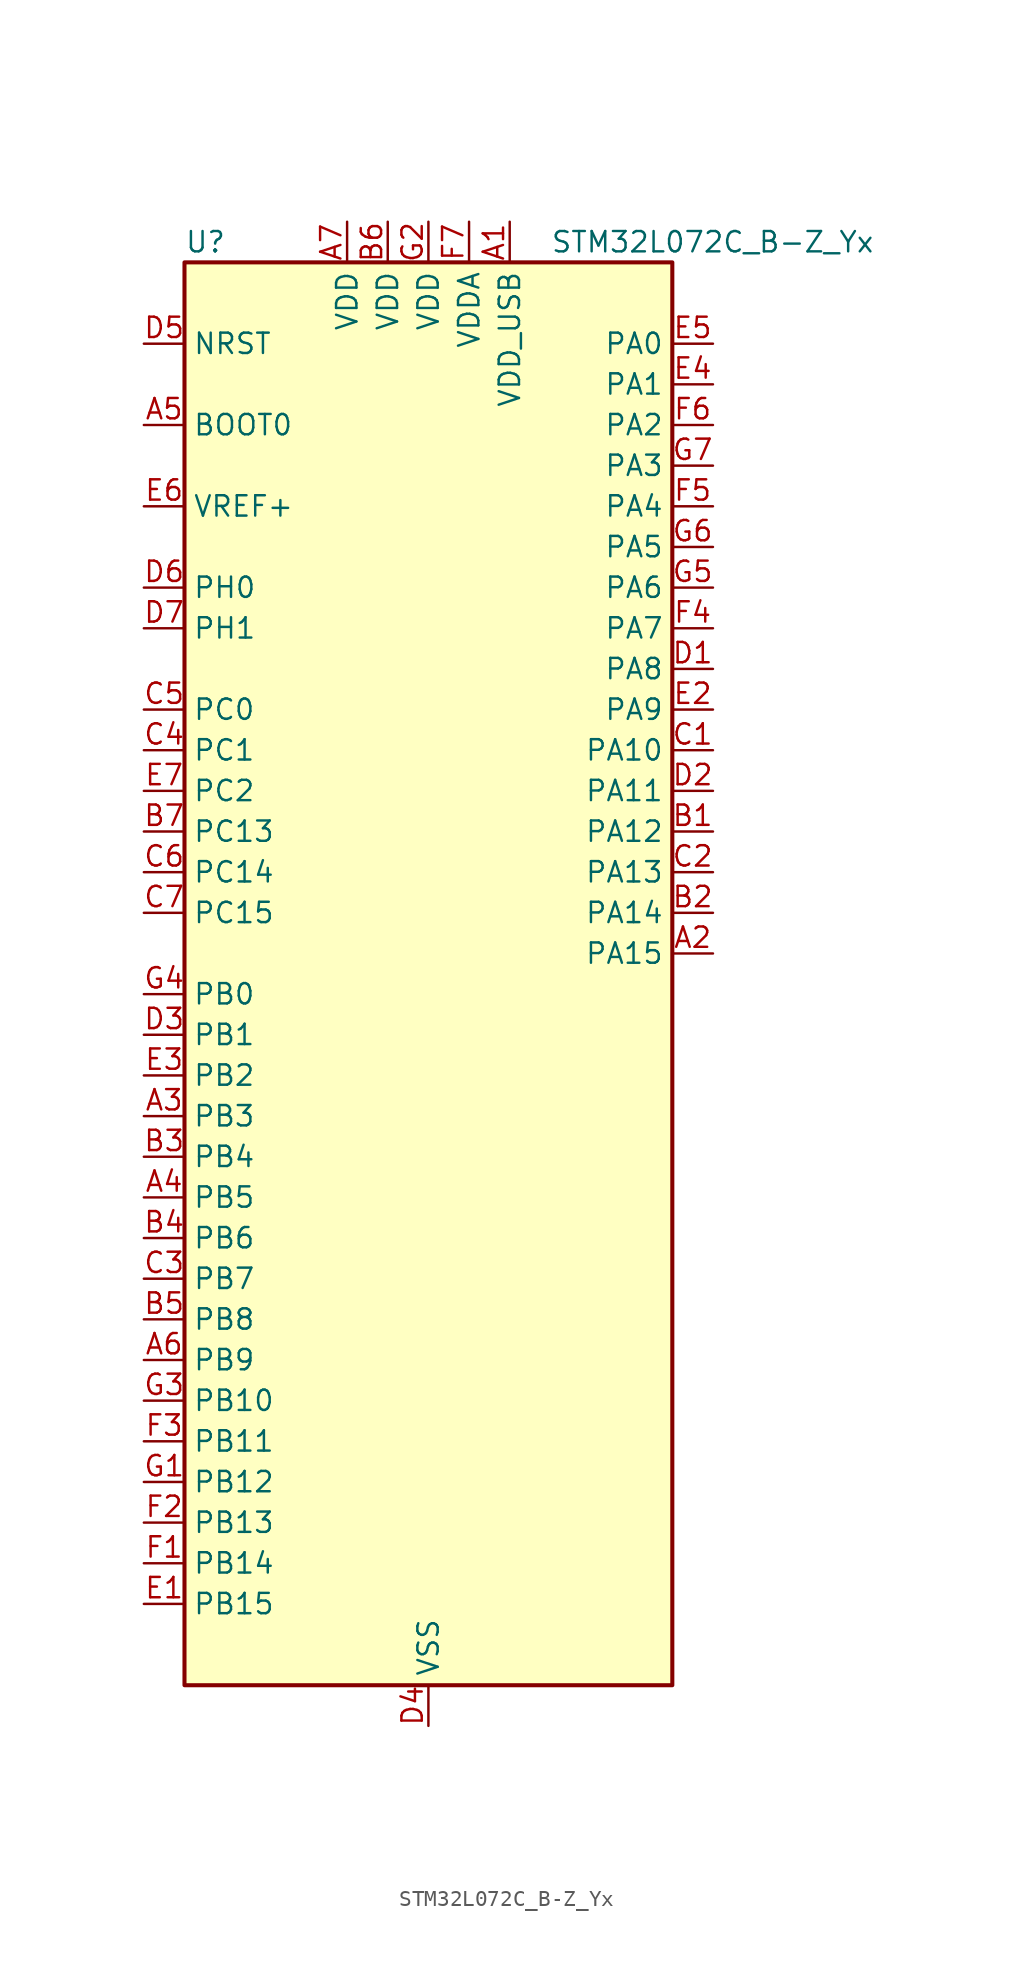
<source format=kicad_sym>
(kicad_symbol_lib
  (version 20241209)
  (generator "kicad_symbol_editor")
  (generator_version "9.0")
  (symbol "STM32L072C_B-Z_Yx"
    (property "Reference" "U"
      (at -15.24 46.99 0)
      (effects (font (size 1.27 1.27)) (justify left)))
    (property "Value" "STM32L072C_B-Z_Yx"
      (at 7.62 46.99 0)
      (effects (font (size 1.27 1.27)) (justify left)))
    (symbol "STM32L072C_B-Z_Yx_0_1"
      (rectangle (start -15.24 -43.18) (end 15.24 45.72) (stroke (width 0.254) (type default)) (fill (type background))))
    (symbol "STM32L072C_B-Z_Yx_1_1"
      (pin input line (at -17.78 40.64 0) (length 2.54) (name "NRST" (effects (font (size 1.27 1.27)))) (number "D5" (effects (font (size 1.27 1.27)))))
      (pin input line (at -17.78 35.56 0) (length 2.54) (name "BOOT0" (effects (font (size 1.27 1.27)))) (number "A5" (effects (font (size 1.27 1.27)))))
      (pin input line (at -17.78 30.48 0) (length 2.54) (name "VREF+" (effects (font (size 1.27 1.27)))) (number "E6" (effects (font (size 1.27 1.27)))))
      (pin bidirectional line (at -17.78 25.4 0) (length 2.54) (name "PH0" (effects (font (size 1.27 1.27)))) (number "D6" (effects (font (size 1.27 1.27)))) (alternate "CRS_SYNC" bidirectional line) (alternate "RCC_OSC_IN" bidirectional line))
      (pin bidirectional line (at -17.78 22.86 0) (length 2.54) (name "PH1" (effects (font (size 1.27 1.27)))) (number "D7" (effects (font (size 1.27 1.27)))) (alternate "RCC_OSC_OUT" bidirectional line))
      (pin bidirectional line (at -17.78 17.78 0) (length 2.54) (name "PC0" (effects (font (size 1.27 1.27)))) (number "C5" (effects (font (size 1.27 1.27)))) (alternate "ADC_IN10" bidirectional line) (alternate "I2C3_SCL" bidirectional line) (alternate "LPTIM1_IN1" bidirectional line) (alternate "LPUART1_RX" bidirectional line) (alternate "TSC_G7_IO1" bidirectional line))
      (pin bidirectional line (at -17.78 15.24 0) (length 2.54) (name "PC1" (effects (font (size 1.27 1.27)))) (number "C4" (effects (font (size 1.27 1.27)))) (alternate "ADC_IN11" bidirectional line) (alternate "I2C3_SDA" bidirectional line) (alternate "LPTIM1_OUT" bidirectional line) (alternate "LPUART1_TX" bidirectional line) (alternate "TSC_G7_IO2" bidirectional line))
      (pin bidirectional line (at -17.78 12.7 0) (length 2.54) (name "PC2" (effects (font (size 1.27 1.27)))) (number "E7" (effects (font (size 1.27 1.27)))) (alternate "ADC_IN12" bidirectional line) (alternate "I2S2_MCK" bidirectional line) (alternate "LPTIM1_IN2" bidirectional line) (alternate "SPI2_MISO" bidirectional line) (alternate "TSC_G7_IO3" bidirectional line))
      (pin bidirectional line (at -17.78 10.16 0) (length 2.54) (name "PC13" (effects (font (size 1.27 1.27)))) (number "B7" (effects (font (size 1.27 1.27)))) (alternate "RTC_OUT_ALARM" bidirectional line) (alternate "RTC_OUT_CALIB" bidirectional line) (alternate "RTC_TAMP1" bidirectional line) (alternate "RTC_TS" bidirectional line) (alternate "SYS_WKUP2" bidirectional line))
      (pin bidirectional line (at -17.78 7.62 0) (length 2.54) (name "PC14" (effects (font (size 1.27 1.27)))) (number "C6" (effects (font (size 1.27 1.27)))) (alternate "RCC_OSC32_IN" bidirectional line))
      (pin bidirectional line (at -17.78 5.08 0) (length 2.54) (name "PC15" (effects (font (size 1.27 1.27)))) (number "C7" (effects (font (size 1.27 1.27)))) (alternate "RCC_OSC32_OUT" bidirectional line))
      (pin bidirectional line (at -17.78 0 0) (length 2.54) (name "PB0" (effects (font (size 1.27 1.27)))) (number "G4" (effects (font (size 1.27 1.27)))) (alternate "ADC_IN8" bidirectional line) (alternate "SYS_VREF_OUT_PB0" bidirectional line) (alternate "TIM3_CH3" bidirectional line) (alternate "TSC_G3_IO2" bidirectional line))
      (pin bidirectional line (at -17.78 -2.54 0) (length 2.54) (name "PB1" (effects (font (size 1.27 1.27)))) (number "D3" (effects (font (size 1.27 1.27)))) (alternate "ADC_IN9" bidirectional line) (alternate "LPUART1_DE" bidirectional line) (alternate "LPUART1_RTS" bidirectional line) (alternate "SYS_VREF_OUT_PB1" bidirectional line) (alternate "TIM3_CH4" bidirectional line) (alternate "TSC_G3_IO3" bidirectional line))
      (pin bidirectional line (at -17.78 -5.08 0) (length 2.54) (name "PB2" (effects (font (size 1.27 1.27)))) (number "E3" (effects (font (size 1.27 1.27)))) (alternate "I2C3_SMBA" bidirectional line) (alternate "LPTIM1_OUT" bidirectional line) (alternate "TSC_G3_IO4" bidirectional line))
      (pin bidirectional line (at -17.78 -7.62 0) (length 2.54) (name "PB3" (effects (font (size 1.27 1.27)))) (number "A3" (effects (font (size 1.27 1.27)))) (alternate "COMP2_INM" bidirectional line) (alternate "SPI1_SCK" bidirectional line) (alternate "TIM2_CH2" bidirectional line) (alternate "TSC_G5_IO1" bidirectional line) (alternate "USART1_DE" bidirectional line) (alternate "USART1_RTS" bidirectional line) (alternate "USART5_TX" bidirectional line))
      (pin bidirectional line (at -17.78 -10.16 0) (length 2.54) (name "PB4" (effects (font (size 1.27 1.27)))) (number "B3" (effects (font (size 1.27 1.27)))) (alternate "COMP2_INP" bidirectional line) (alternate "I2C3_SDA" bidirectional line) (alternate "SPI1_MISO" bidirectional line) (alternate "TIM22_CH1" bidirectional line) (alternate "TIM3_CH1" bidirectional line) (alternate "TSC_G5_IO2" bidirectional line) (alternate "USART1_CTS" bidirectional line) (alternate "USART5_RX" bidirectional line))
      (pin bidirectional line (at -17.78 -12.7 0) (length 2.54) (name "PB5" (effects (font (size 1.27 1.27)))) (number "A4" (effects (font (size 1.27 1.27)))) (alternate "COMP2_INP" bidirectional line) (alternate "I2C1_SMBA" bidirectional line) (alternate "LPTIM1_IN1" bidirectional line) (alternate "SPI1_MOSI" bidirectional line) (alternate "TIM22_CH2" bidirectional line) (alternate "TIM3_CH2" bidirectional line) (alternate "USART1_CK" bidirectional line) (alternate "USART5_CK" bidirectional line) (alternate "USART5_DE" bidirectional line) (alternate "USART5_RTS" bidirectional line))
      (pin bidirectional line (at -17.78 -15.24 0) (length 2.54) (name "PB6" (effects (font (size 1.27 1.27)))) (number "B4" (effects (font (size 1.27 1.27)))) (alternate "COMP2_INP" bidirectional line) (alternate "I2C1_SCL" bidirectional line) (alternate "LPTIM1_ETR" bidirectional line) (alternate "TSC_G5_IO3" bidirectional line) (alternate "USART1_TX" bidirectional line))
      (pin bidirectional line (at -17.78 -17.78 0) (length 2.54) (name "PB7" (effects (font (size 1.27 1.27)))) (number "C3" (effects (font (size 1.27 1.27)))) (alternate "COMP2_INP" bidirectional line) (alternate "I2C1_SDA" bidirectional line) (alternate "LPTIM1_IN2" bidirectional line) (alternate "SYS_PVD_IN" bidirectional line) (alternate "TSC_G5_IO4" bidirectional line) (alternate "USART1_RX" bidirectional line) (alternate "USART4_CTS" bidirectional line))
      (pin bidirectional line (at -17.78 -20.32 0) (length 2.54) (name "PB8" (effects (font (size 1.27 1.27)))) (number "B5" (effects (font (size 1.27 1.27)))) (alternate "I2C1_SCL" bidirectional line) (alternate "TSC_SYNC" bidirectional line))
      (pin bidirectional line (at -17.78 -22.86 0) (length 2.54) (name "PB9" (effects (font (size 1.27 1.27)))) (number "A6" (effects (font (size 1.27 1.27)))) (alternate "DAC_EXTI9" bidirectional line) (alternate "I2C1_SDA" bidirectional line) (alternate "I2S2_WS" bidirectional line) (alternate "SPI2_NSS" bidirectional line))
      (pin bidirectional line (at -17.78 -25.4 0) (length 2.54) (name "PB10" (effects (font (size 1.27 1.27)))) (number "G3" (effects (font (size 1.27 1.27)))) (alternate "I2C2_SCL" bidirectional line) (alternate "LPUART1_RX" bidirectional line) (alternate "LPUART1_TX" bidirectional line) (alternate "SPI2_SCK" bidirectional line) (alternate "TIM2_CH3" bidirectional line) (alternate "TSC_SYNC" bidirectional line))
      (pin bidirectional line (at -17.78 -27.94 0) (length 2.54) (name "PB11" (effects (font (size 1.27 1.27)))) (number "F3" (effects (font (size 1.27 1.27)))) (alternate "ADC_EXTI11" bidirectional line) (alternate "I2C2_SDA" bidirectional line) (alternate "LPUART1_RX" bidirectional line) (alternate "LPUART1_TX" bidirectional line) (alternate "TIM2_CH4" bidirectional line) (alternate "TSC_G6_IO1" bidirectional line))
      (pin bidirectional line (at -17.78 -30.48 0) (length 2.54) (name "PB12" (effects (font (size 1.27 1.27)))) (number "G1" (effects (font (size 1.27 1.27)))) (alternate "I2S2_WS" bidirectional line) (alternate "LPUART1_DE" bidirectional line) (alternate "LPUART1_RTS" bidirectional line) (alternate "SPI2_NSS" bidirectional line) (alternate "TSC_G6_IO2" bidirectional line))
      (pin bidirectional line (at -17.78 -33.02 0) (length 2.54) (name "PB13" (effects (font (size 1.27 1.27)))) (number "F2" (effects (font (size 1.27 1.27)))) (alternate "I2C2_SCL" bidirectional line) (alternate "I2S2_CK" bidirectional line) (alternate "LPUART1_CTS" bidirectional line) (alternate "RCC_MCO" bidirectional line) (alternate "SPI2_SCK" bidirectional line) (alternate "TIM21_CH1" bidirectional line) (alternate "TSC_G6_IO3" bidirectional line))
      (pin bidirectional line (at -17.78 -35.56 0) (length 2.54) (name "PB14" (effects (font (size 1.27 1.27)))) (number "F1" (effects (font (size 1.27 1.27)))) (alternate "I2C2_SDA" bidirectional line) (alternate "I2S2_MCK" bidirectional line) (alternate "LPUART1_DE" bidirectional line) (alternate "LPUART1_RTS" bidirectional line) (alternate "RTC_OUT_ALARM" bidirectional line) (alternate "RTC_OUT_CALIB" bidirectional line) (alternate "SPI2_MISO" bidirectional line) (alternate "TIM21_CH2" bidirectional line) (alternate "TSC_G6_IO4" bidirectional line))
      (pin bidirectional line (at -17.78 -38.1 0) (length 2.54) (name "PB15" (effects (font (size 1.27 1.27)))) (number "E1" (effects (font (size 1.27 1.27)))) (alternate "I2S2_SD" bidirectional line) (alternate "RTC_REFIN" bidirectional line) (alternate "SPI2_MOSI" bidirectional line))
      (pin power_in line (at -5.08 48.26 270) (length 2.54) (name "VDD" (effects (font (size 1.27 1.27)))) (number "A7" (effects (font (size 1.27 1.27)))))
      (pin power_in line (at -2.54 48.26 270) (length 2.54) (name "VDD" (effects (font (size 1.27 1.27)))) (number "B6" (effects (font (size 1.27 1.27)))))
      (pin power_in line (at 0 48.26 270) (length 2.54) (name "VDD" (effects (font (size 1.27 1.27)))) (number "G2" (effects (font (size 1.27 1.27)))))
      (pin power_in line (at 0 -45.72 90) (length 2.54) (name "VSS" (effects (font (size 1.27 1.27)))) (number "D4" (effects (font (size 1.27 1.27)))))
      (pin power_in line (at 2.54 48.26 270) (length 2.54) (name "VDDA" (effects (font (size 1.27 1.27)))) (number "F7" (effects (font (size 1.27 1.27)))))
      (pin power_in line (at 5.08 48.26 270) (length 2.54) (name "VDD_USB" (effects (font (size 1.27 1.27)))) (number "A1" (effects (font (size 1.27 1.27)))))
      (pin bidirectional line (at 17.78 40.64 180) (length 2.54) (name "PA0" (effects (font (size 1.27 1.27)))) (number "E5" (effects (font (size 1.27 1.27)))) (alternate "ADC_IN0" bidirectional line) (alternate "COMP1_INM" bidirectional line) (alternate "COMP1_OUT" bidirectional line) (alternate "RTC_TAMP2" bidirectional line) (alternate "SYS_WKUP1" bidirectional line) (alternate "TIM2_CH1" bidirectional line) (alternate "TIM2_ETR" bidirectional line) (alternate "TSC_G1_IO1" bidirectional line) (alternate "USART2_CTS" bidirectional line) (alternate "USART4_TX" bidirectional line))
      (pin bidirectional line (at 17.78 38.1 180) (length 2.54) (name "PA1" (effects (font (size 1.27 1.27)))) (number "E4" (effects (font (size 1.27 1.27)))) (alternate "ADC_IN1" bidirectional line) (alternate "COMP1_INP" bidirectional line) (alternate "TIM21_ETR" bidirectional line) (alternate "TIM2_CH2" bidirectional line) (alternate "TSC_G1_IO2" bidirectional line) (alternate "USART2_DE" bidirectional line) (alternate "USART2_RTS" bidirectional line) (alternate "USART4_RX" bidirectional line))
      (pin bidirectional line (at 17.78 35.56 180) (length 2.54) (name "PA2" (effects (font (size 1.27 1.27)))) (number "F6" (effects (font (size 1.27 1.27)))) (alternate "ADC_IN2" bidirectional line) (alternate "COMP2_INM" bidirectional line) (alternate "COMP2_OUT" bidirectional line) (alternate "LPUART1_TX" bidirectional line) (alternate "TIM21_CH1" bidirectional line) (alternate "TIM2_CH3" bidirectional line) (alternate "TSC_G1_IO3" bidirectional line) (alternate "USART2_TX" bidirectional line))
      (pin bidirectional line (at 17.78 33.02 180) (length 2.54) (name "PA3" (effects (font (size 1.27 1.27)))) (number "G7" (effects (font (size 1.27 1.27)))) (alternate "ADC_IN3" bidirectional line) (alternate "COMP2_INP" bidirectional line) (alternate "LPUART1_RX" bidirectional line) (alternate "TIM21_CH2" bidirectional line) (alternate "TIM2_CH4" bidirectional line) (alternate "TSC_G1_IO4" bidirectional line) (alternate "USART2_RX" bidirectional line))
      (pin bidirectional line (at 17.78 30.48 180) (length 2.54) (name "PA4" (effects (font (size 1.27 1.27)))) (number "F5" (effects (font (size 1.27 1.27)))) (alternate "ADC_IN4" bidirectional line) (alternate "COMP1_INM" bidirectional line) (alternate "COMP2_INM" bidirectional line) (alternate "DAC_OUT1" bidirectional line) (alternate "SPI1_NSS" bidirectional line) (alternate "TIM22_ETR" bidirectional line) (alternate "TSC_G2_IO1" bidirectional line) (alternate "USART2_CK" bidirectional line))
      (pin bidirectional line (at 17.78 27.94 180) (length 2.54) (name "PA5" (effects (font (size 1.27 1.27)))) (number "G6" (effects (font (size 1.27 1.27)))) (alternate "ADC_IN5" bidirectional line) (alternate "COMP1_INM" bidirectional line) (alternate "COMP2_INM" bidirectional line) (alternate "DAC_OUT2" bidirectional line) (alternate "SPI1_SCK" bidirectional line) (alternate "TIM2_CH1" bidirectional line) (alternate "TIM2_ETR" bidirectional line) (alternate "TSC_G2_IO2" bidirectional line))
      (pin bidirectional line (at 17.78 25.4 180) (length 2.54) (name "PA6" (effects (font (size 1.27 1.27)))) (number "G5" (effects (font (size 1.27 1.27)))) (alternate "ADC_IN6" bidirectional line) (alternate "COMP1_OUT" bidirectional line) (alternate "LPUART1_CTS" bidirectional line) (alternate "SPI1_MISO" bidirectional line) (alternate "TIM22_CH1" bidirectional line) (alternate "TIM3_CH1" bidirectional line) (alternate "TSC_G2_IO3" bidirectional line))
      (pin bidirectional line (at 17.78 22.86 180) (length 2.54) (name "PA7" (effects (font (size 1.27 1.27)))) (number "F4" (effects (font (size 1.27 1.27)))) (alternate "ADC_IN7" bidirectional line) (alternate "COMP2_OUT" bidirectional line) (alternate "SPI1_MOSI" bidirectional line) (alternate "TIM22_CH2" bidirectional line) (alternate "TIM3_CH2" bidirectional line) (alternate "TSC_G2_IO4" bidirectional line))
      (pin bidirectional line (at 17.78 20.32 180) (length 2.54) (name "PA8" (effects (font (size 1.27 1.27)))) (number "D1" (effects (font (size 1.27 1.27)))) (alternate "CRS_SYNC" bidirectional line) (alternate "I2C3_SCL" bidirectional line) (alternate "RCC_MCO" bidirectional line) (alternate "USART1_CK" bidirectional line))
      (pin bidirectional line (at 17.78 17.78 180) (length 2.54) (name "PA9" (effects (font (size 1.27 1.27)))) (number "E2" (effects (font (size 1.27 1.27)))) (alternate "DAC_EXTI9" bidirectional line) (alternate "I2C1_SCL" bidirectional line) (alternate "I2C3_SMBA" bidirectional line) (alternate "RCC_MCO" bidirectional line) (alternate "TSC_G4_IO1" bidirectional line) (alternate "USART1_TX" bidirectional line))
      (pin bidirectional line (at 17.78 15.24 180) (length 2.54) (name "PA10" (effects (font (size 1.27 1.27)))) (number "C1" (effects (font (size 1.27 1.27)))) (alternate "I2C1_SDA" bidirectional line) (alternate "TSC_G4_IO2" bidirectional line) (alternate "USART1_RX" bidirectional line))
      (pin bidirectional line (at 17.78 12.7 180) (length 2.54) (name "PA11" (effects (font (size 1.27 1.27)))) (number "D2" (effects (font (size 1.27 1.27)))) (alternate "ADC_EXTI11" bidirectional line) (alternate "COMP1_OUT" bidirectional line) (alternate "SPI1_MISO" bidirectional line) (alternate "TSC_G4_IO3" bidirectional line) (alternate "USART1_CTS" bidirectional line) (alternate "USB_DM" bidirectional line))
      (pin bidirectional line (at 17.78 10.16 180) (length 2.54) (name "PA12" (effects (font (size 1.27 1.27)))) (number "B1" (effects (font (size 1.27 1.27)))) (alternate "COMP2_OUT" bidirectional line) (alternate "SPI1_MOSI" bidirectional line) (alternate "TSC_G4_IO4" bidirectional line) (alternate "USART1_DE" bidirectional line) (alternate "USART1_RTS" bidirectional line) (alternate "USB_DP" bidirectional line))
      (pin bidirectional line (at 17.78 7.62 180) (length 2.54) (name "PA13" (effects (font (size 1.27 1.27)))) (number "C2" (effects (font (size 1.27 1.27)))) (alternate "LPUART1_RX" bidirectional line) (alternate "SYS_SWDIO" bidirectional line) (alternate "USB_NOE" bidirectional line))
      (pin bidirectional line (at 17.78 5.08 180) (length 2.54) (name "PA14" (effects (font (size 1.27 1.27)))) (number "B2" (effects (font (size 1.27 1.27)))) (alternate "LPUART1_TX" bidirectional line) (alternate "SYS_SWCLK" bidirectional line) (alternate "USART2_TX" bidirectional line))
      (pin bidirectional line (at 17.78 2.54 180) (length 2.54) (name "PA15" (effects (font (size 1.27 1.27)))) (number "A2" (effects (font (size 1.27 1.27)))) (alternate "SPI1_NSS" bidirectional line) (alternate "TIM2_CH1" bidirectional line) (alternate "TIM2_ETR" bidirectional line) (alternate "USART2_RX" bidirectional line) (alternate "USART4_DE" bidirectional line) (alternate "USART4_RTS" bidirectional line)))))
</source>
